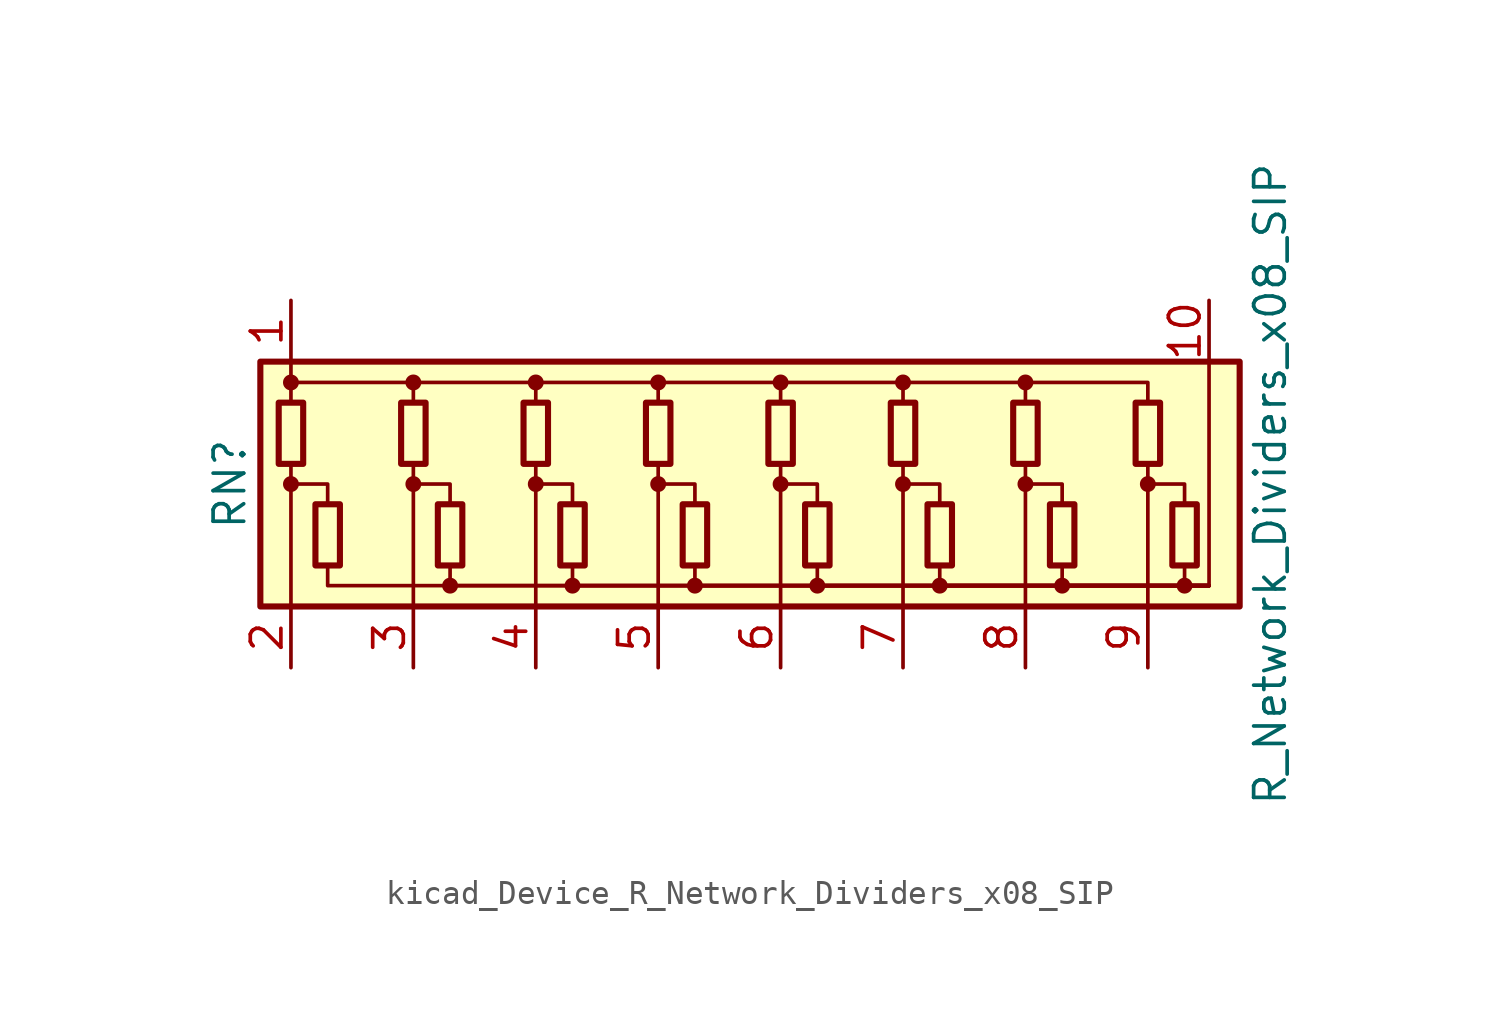
<source format=kicad_sym>
(kicad_symbol_lib
  (version 20220914)
  (generator kicad_symbol_editor)
  (symbol "kicad_Device_R_Network_Dividers_x08_SIP"
    (pin_names
      (offset 0) hide)
    (property "Reference" "RN"
      (at -22.86 0 90)
      (effects (font (size 1.27 1.27))))
    (property "Value" "R_Network_Dividers_x08_SIP"
      (at 20.32 0 90)
      (effects (font (size 1.27 1.27))))
    (symbol "kicad_Device_R_Network_Dividers_x08_SIP_0_1"
      (rectangle (start -21.59 -5.08) (end 19.05 5.08) (stroke (width 0.254) (type default)) (fill (type background)))
      (rectangle (start -20.828 3.378) (end -19.812 0.838) (stroke (width 0.254) (type default)) (fill (type none)))
      (circle (center -20.32 0) (radius 0.254) (stroke (width 0) (type default)) (fill (type outline)))
      (circle (center -20.32 4.216) (radius 0.254) (stroke (width 0) (type default)) (fill (type outline)))
      (rectangle (start -19.304 -3.378) (end -18.288 -0.838) (stroke (width 0.254) (type default)) (fill (type none)))
      (rectangle (start -15.748 3.378) (end -14.732 0.838) (stroke (width 0.254) (type default)) (fill (type none)))
      (circle (center -15.24 0) (radius 0.254) (stroke (width 0) (type default)) (fill (type outline)))
      (circle (center -15.24 4.216) (radius 0.254) (stroke (width 0) (type default)) (fill (type outline)))
      (rectangle (start -14.224 -3.378) (end -13.208 -0.838) (stroke (width 0.254) (type default)) (fill (type none)))
      (circle (center -13.716 -4.216) (radius 0.254) (stroke (width 0) (type default)) (fill (type outline)))
      (rectangle (start -10.668 3.378) (end -9.652 0.838) (stroke (width 0.254) (type default)) (fill (type none)))
      (circle (center -10.16 0) (radius 0.254) (stroke (width 0) (type default)) (fill (type outline)))
      (circle (center -10.16 4.216) (radius 0.254) (stroke (width 0) (type default)) (fill (type outline)))
      (rectangle (start -9.144 -3.378) (end -8.128 -0.838) (stroke (width 0.254) (type default)) (fill (type none)))
      (circle (center -8.636 -4.216) (radius 0.254) (stroke (width 0) (type default)) (fill (type outline)))
      (rectangle (start -5.588 3.378) (end -4.572 0.838) (stroke (width 0.254) (type default)) (fill (type none)))
      (circle (center -5.08 0) (radius 0.254) (stroke (width 0) (type default)) (fill (type outline)))
      (circle (center -5.08 4.216) (radius 0.254) (stroke (width 0) (type default)) (fill (type outline)))
      (rectangle (start -4.064 -3.378) (end -3.048 -0.838) (stroke (width 0.254) (type default)) (fill (type none)))
      (circle (center -3.556 -4.216) (radius 0.254) (stroke (width 0) (type default)) (fill (type outline)))
      (rectangle (start -0.508 3.378) (end 0.508 0.838) (stroke (width 0.254) (type default)) (fill (type none)))
      (polyline (pts (xy -20.32 -5.08) (xy -20.32 0.838)) (stroke (width 0) (type default)) (fill (type none)))
      (polyline (pts (xy -20.32 5.08) (xy -20.32 3.378)) (stroke (width 0) (type default)) (fill (type none)))
      (polyline (pts (xy -15.24 -5.08) (xy -15.24 0.838)) (stroke (width 0) (type default)) (fill (type none)))
      (polyline (pts (xy -10.16 -5.08) (xy -10.16 0.838)) (stroke (width 0) (type default)) (fill (type none)))
      (polyline (pts (xy -5.08 -5.08) (xy -5.08 0.838)) (stroke (width 0) (type default)) (fill (type none)))
      (polyline (pts (xy 0 -5.08) (xy 0 0.838)) (stroke (width 0) (type default)) (fill (type none)))
      (polyline (pts (xy 5.08 -5.08) (xy 5.08 0.838)) (stroke (width 0) (type default)) (fill (type none)))
      (polyline (pts (xy 10.16 -5.08) (xy 10.16 0.838)) (stroke (width 0) (type default)) (fill (type none)))
      (polyline (pts (xy 15.24 -5.08) (xy 15.24 0.838)) (stroke (width 0) (type default)) (fill (type none)))
      (polyline (pts (xy 17.78 -4.216) (xy 17.78 5.08)) (stroke (width 0) (type default)) (fill (type none)))
      (polyline (pts (xy -20.32 0) (xy -18.796 0) (xy -18.796 -0.838)) (stroke (width 0) (type default)) (fill (type none)))
      (polyline (pts (xy -20.32 4.216) (xy -15.24 4.216) (xy -15.24 3.378)) (stroke (width 0) (type default)) (fill (type none)))
      (polyline (pts (xy -18.796 -3.378) (xy -18.796 -4.216) (xy 17.78 -4.216)) (stroke (width 0) (type default)) (fill (type none)))
      (polyline (pts (xy -15.24 0) (xy -13.716 0) (xy -13.716 -0.838)) (stroke (width 0) (type default)) (fill (type none)))
      (polyline (pts (xy -15.24 4.216) (xy -10.16 4.216) (xy -10.16 3.378)) (stroke (width 0) (type default)) (fill (type none)))
      (polyline (pts (xy -13.716 -3.378) (xy -13.716 -4.216) (xy 17.78 -4.216)) (stroke (width 0) (type default)) (fill (type none)))
      (polyline (pts (xy -10.16 0) (xy -8.636 0) (xy -8.636 -0.838)) (stroke (width 0) (type default)) (fill (type none)))
      (polyline (pts (xy -10.16 4.216) (xy -5.08 4.216) (xy -5.08 3.378)) (stroke (width 0) (type default)) (fill (type none)))
      (polyline (pts (xy -8.636 -3.378) (xy -8.636 -4.216) (xy 17.78 -4.216)) (stroke (width 0) (type default)) (fill (type none)))
      (polyline (pts (xy -5.08 0) (xy -3.556 0) (xy -3.556 -0.838)) (stroke (width 0) (type default)) (fill (type none)))
      (polyline (pts (xy -5.08 4.216) (xy 0 4.216) (xy 0 3.378)) (stroke (width 0) (type default)) (fill (type none)))
      (polyline (pts (xy -3.556 -3.378) (xy -3.556 -4.216) (xy 17.78 -4.216)) (stroke (width 0) (type default)) (fill (type none)))
      (polyline (pts (xy 0 0) (xy 1.524 0) (xy 1.524 -0.838)) (stroke (width 0) (type default)) (fill (type none)))
      (polyline (pts (xy 0 4.216) (xy 5.08 4.216) (xy 5.08 3.378)) (stroke (width 0) (type default)) (fill (type none)))
      (polyline (pts (xy 1.524 -3.378) (xy 1.524 -4.216) (xy 17.78 -4.216)) (stroke (width 0) (type default)) (fill (type none)))
      (polyline (pts (xy 5.08 0) (xy 6.604 0) (xy 6.604 -0.838)) (stroke (width 0) (type default)) (fill (type none)))
      (polyline (pts (xy 5.08 4.216) (xy 10.16 4.216) (xy 10.16 3.378)) (stroke (width 0) (type default)) (fill (type none)))
      (polyline (pts (xy 6.604 -3.378) (xy 6.604 -4.216) (xy 17.78 -4.216)) (stroke (width 0) (type default)) (fill (type none)))
      (polyline (pts (xy 10.16 0) (xy 11.684 0) (xy 11.684 -0.838)) (stroke (width 0) (type default)) (fill (type none)))
      (polyline (pts (xy 10.16 4.216) (xy 15.24 4.216) (xy 15.24 3.378)) (stroke (width 0) (type default)) (fill (type none)))
      (polyline (pts (xy 11.684 -3.378) (xy 11.684 -4.216) (xy 17.78 -4.216)) (stroke (width 0) (type default)) (fill (type none)))
      (polyline (pts (xy 15.24 0) (xy 16.764 0) (xy 16.764 -0.838)) (stroke (width 0) (type default)) (fill (type none)))
      (polyline (pts (xy 16.764 -3.378) (xy 16.764 -4.216) (xy 17.78 -4.216)) (stroke (width 0) (type default)) (fill (type none)))
      (circle (center 0 0) (radius 0.254) (stroke (width 0) (type default)) (fill (type outline)))
      (circle (center 0 4.216) (radius 0.254) (stroke (width 0) (type default)) (fill (type outline)))
      (rectangle (start 1.016 -3.378) (end 2.032 -0.838) (stroke (width 0.254) (type default)) (fill (type none)))
      (circle (center 1.524 -4.216) (radius 0.254) (stroke (width 0) (type default)) (fill (type outline)))
      (rectangle (start 4.572 3.378) (end 5.588 0.838) (stroke (width 0.254) (type default)) (fill (type none)))
      (circle (center 5.08 0) (radius 0.254) (stroke (width 0) (type default)) (fill (type outline)))
      (circle (center 5.08 4.216) (radius 0.254) (stroke (width 0) (type default)) (fill (type outline)))
      (rectangle (start 6.096 -3.378) (end 7.112 -0.838) (stroke (width 0.254) (type default)) (fill (type none)))
      (circle (center 6.604 -4.216) (radius 0.254) (stroke (width 0) (type default)) (fill (type outline)))
      (rectangle (start 9.652 3.378) (end 10.668 0.838) (stroke (width 0.254) (type default)) (fill (type none)))
      (circle (center 10.16 0) (radius 0.254) (stroke (width 0) (type default)) (fill (type outline)))
      (circle (center 10.16 4.216) (radius 0.254) (stroke (width 0) (type default)) (fill (type outline)))
      (rectangle (start 11.176 -3.378) (end 12.192 -0.838) (stroke (width 0.254) (type default)) (fill (type none)))
      (circle (center 11.684 -4.216) (radius 0.254) (stroke (width 0) (type default)) (fill (type outline)))
      (rectangle (start 14.732 3.378) (end 15.748 0.838) (stroke (width 0.254) (type default)) (fill (type none)))
      (circle (center 15.24 0) (radius 0.254) (stroke (width 0) (type default)) (fill (type outline)))
      (rectangle (start 16.256 -3.378) (end 17.272 -0.838) (stroke (width 0.254) (type default)) (fill (type none)))
      (circle (center 16.764 -4.216) (radius 0.254) (stroke (width 0) (type default)) (fill (type outline))))
    (symbol "kicad_Device_R_Network_Dividers_x08_SIP_1_1"
      (pin passive line (at -20.32 7.62 270) (length 2.54) (name "COM1" (effects (font (size 1.27 1.27)))) (number "1" (effects (font (size 1.27 1.27)))))
      (pin passive line (at 17.78 7.62 270) (length 2.54) (name "COM2" (effects (font (size 1.27 1.27)))) (number "10" (effects (font (size 1.27 1.27)))))
      (pin passive line (at -20.32 -7.62 90) (length 2.54) (name "R1" (effects (font (size 1.27 1.27)))) (number "2" (effects (font (size 1.27 1.27)))))
      (pin passive line (at -15.24 -7.62 90) (length 2.54) (name "R2" (effects (font (size 1.27 1.27)))) (number "3" (effects (font (size 1.27 1.27)))))
      (pin passive line (at -10.16 -7.62 90) (length 2.54) (name "R3" (effects (font (size 1.27 1.27)))) (number "4" (effects (font (size 1.27 1.27)))))
      (pin passive line (at -5.08 -7.62 90) (length 2.54) (name "R4" (effects (font (size 1.27 1.27)))) (number "5" (effects (font (size 1.27 1.27)))))
      (pin passive line (at 0 -7.62 90) (length 2.54) (name "R5" (effects (font (size 1.27 1.27)))) (number "6" (effects (font (size 1.27 1.27)))))
      (pin passive line (at 5.08 -7.62 90) (length 2.54) (name "R6" (effects (font (size 1.27 1.27)))) (number "7" (effects (font (size 1.27 1.27)))))
      (pin passive line (at 10.16 -7.62 90) (length 2.54) (name "R7" (effects (font (size 1.27 1.27)))) (number "8" (effects (font (size 1.27 1.27)))))
      (pin passive line (at 15.24 -7.62 90) (length 2.54) (name "R8" (effects (font (size 1.27 1.27)))) (number "9" (effects (font (size 1.27 1.27))))))))
</source>
